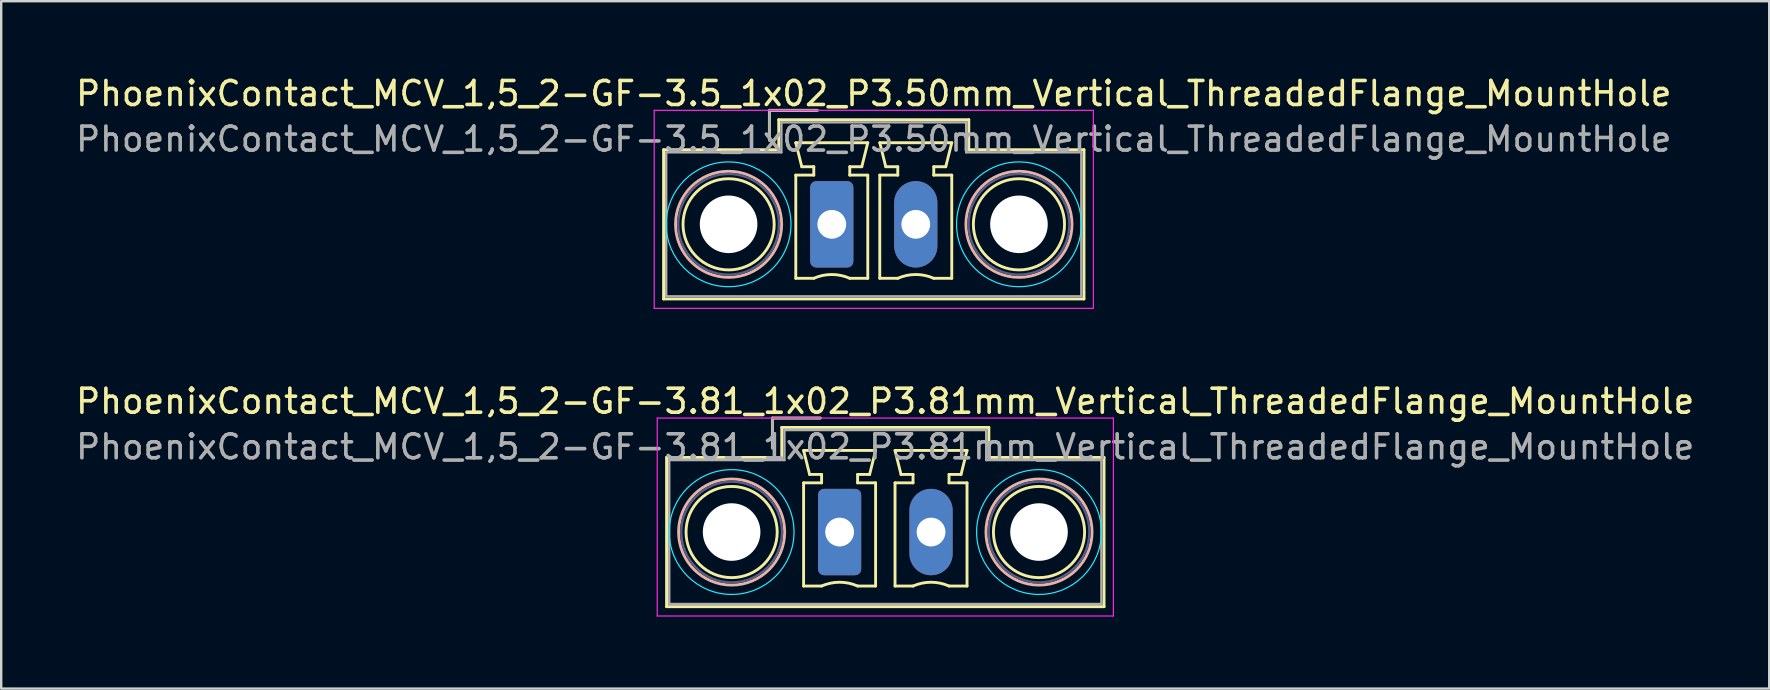
<source format=kicad_pcb>
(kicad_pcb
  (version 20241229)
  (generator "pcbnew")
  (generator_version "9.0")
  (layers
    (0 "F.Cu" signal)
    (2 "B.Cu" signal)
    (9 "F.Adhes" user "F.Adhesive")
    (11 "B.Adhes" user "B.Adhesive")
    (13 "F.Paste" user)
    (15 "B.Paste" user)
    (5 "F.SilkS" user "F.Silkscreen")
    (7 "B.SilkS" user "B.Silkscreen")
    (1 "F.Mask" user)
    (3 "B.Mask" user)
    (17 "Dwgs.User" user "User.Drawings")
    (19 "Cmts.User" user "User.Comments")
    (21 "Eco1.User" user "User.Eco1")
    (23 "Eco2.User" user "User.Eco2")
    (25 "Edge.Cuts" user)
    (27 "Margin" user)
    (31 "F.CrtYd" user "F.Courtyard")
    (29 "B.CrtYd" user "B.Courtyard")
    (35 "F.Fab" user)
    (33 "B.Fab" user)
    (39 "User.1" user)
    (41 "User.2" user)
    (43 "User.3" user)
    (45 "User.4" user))
  (footprint "PhoenixContact_MCV_1,5_2-GF-3.81_1x02_P3.81mm_Vertical_ThreadedFlange_MountHole"
    (layer "F.Cu")
    (at 31.939 19.122)
    (property "Reference" "PhoenixContact_MCV_1,5_2-GF-3.81_1x02_P3.81mm_Vertical_ThreadedFlange_MountHole" (at 1.9 -5.45 0) (layer "F.SilkS") (effects (font (size 1 1) (thickness 0.15))))
    (attr through_hole)
    (fp_line (start -7.21 -3.11) (end -7.21 3.11) (stroke (width 0.12) (type solid)) (layer "F.SilkS"))
    (fp_line (start -7.21 3.11) (end 11.02 3.11) (stroke (width 0.12) (type solid)) (layer "F.SilkS"))
    (fp_line (start -2.8 -4.75) (end -0.8 -4.75) (stroke (width 0.12) (type solid)) (layer "F.SilkS"))
    (fp_line (start -2.8 -3.5) (end -2.8 -4.75) (stroke (width 0.12) (type solid)) (layer "F.SilkS"))
    (fp_line (start -2.41 -4.36) (end -2.41 -3.11) (stroke (width 0.12) (type solid)) (layer "F.SilkS"))
    (fp_line (start -2.41 -3.11) (end -7.21 -3.11) (stroke (width 0.12) (type solid)) (layer "F.SilkS"))
    (fp_line (start -1.5 -3.4) (end 1.5 -3.4) (stroke (width 0.12) (type solid)) (layer "F.SilkS"))
    (fp_line (start -1.5 -2.05) (end -0.75 -2.05) (stroke (width 0.12) (type solid)) (layer "F.SilkS"))
    (fp_line (start -1.5 2.25) (end -1.5 -2.05) (stroke (width 0.12) (type solid)) (layer "F.SilkS"))
    (fp_line (start -1.25 -2.4) (end -1.5 -3.4) (stroke (width 0.12) (type solid)) (layer "F.SilkS"))
    (fp_line (start -0.75 -2.4) (end -1.25 -2.4) (stroke (width 0.12) (type solid)) (layer "F.SilkS"))
    (fp_line (start -0.75 -2.05) (end -0.75 -2.4) (stroke (width 0.12) (type solid)) (layer "F.SilkS"))
    (fp_line (start -0.75 2.25) (end -1.5 2.25) (stroke (width 0.12) (type solid)) (layer "F.SilkS"))
    (fp_line (start 0.75 -2.4) (end 0.75 -2.05) (stroke (width 0.12) (type solid)) (layer "F.SilkS"))
    (fp_line (start 0.75 -2.05) (end 1.5 -2.05) (stroke (width 0.12) (type solid)) (layer "F.SilkS"))
    (fp_line (start 1.25 -2.4) (end 0.75 -2.4) (stroke (width 0.12) (type solid)) (layer "F.SilkS"))
    (fp_line (start 1.5 -3.4) (end 1.25 -2.4) (stroke (width 0.12) (type solid)) (layer "F.SilkS"))
    (fp_line (start 1.5 -2.05) (end 1.5 2.25) (stroke (width 0.12) (type solid)) (layer "F.SilkS"))
    (fp_line (start 1.5 2.25) (end 0.75 2.25) (stroke (width 0.12) (type solid)) (layer "F.SilkS"))
    (fp_line (start 2.31 -3.4) (end 5.31 -3.4) (stroke (width 0.12) (type solid)) (layer "F.SilkS"))
    (fp_line (start 2.31 -2.05) (end 3.06 -2.05) (stroke (width 0.12) (type solid)) (layer "F.SilkS"))
    (fp_line (start 2.31 2.25) (end 2.31 -2.05) (stroke (width 0.12) (type solid)) (layer "F.SilkS"))
    (fp_line (start 2.56 -2.4) (end 2.31 -3.4) (stroke (width 0.12) (type solid)) (layer "F.SilkS"))
    (fp_line (start 3.06 -2.4) (end 2.56 -2.4) (stroke (width 0.12) (type solid)) (layer "F.SilkS"))
    (fp_line (start 3.06 -2.05) (end 3.06 -2.4) (stroke (width 0.12) (type solid)) (layer "F.SilkS"))
    (fp_line (start 3.06 2.25) (end 2.31 2.25) (stroke (width 0.12) (type solid)) (layer "F.SilkS"))
    (fp_line (start 4.56 -2.4) (end 4.56 -2.05) (stroke (width 0.12) (type solid)) (layer "F.SilkS"))
    (fp_line (start 4.56 -2.05) (end 5.31 -2.05) (stroke (width 0.12) (type solid)) (layer "F.SilkS"))
    (fp_line (start 5.06 -2.4) (end 4.56 -2.4) (stroke (width 0.12) (type solid)) (layer "F.SilkS"))
    (fp_line (start 5.31 -3.4) (end 5.06 -2.4) (stroke (width 0.12) (type solid)) (layer "F.SilkS"))
    (fp_line (start 5.31 -2.05) (end 5.31 2.25) (stroke (width 0.12) (type solid)) (layer "F.SilkS"))
    (fp_line (start 5.31 2.25) (end 4.56 2.25) (stroke (width 0.12) (type solid)) (layer "F.SilkS"))
    (fp_line (start 6.22 -4.36) (end -2.41 -4.36) (stroke (width 0.12) (type solid)) (layer "F.SilkS"))
    (fp_line (start 6.22 -3.11) (end 6.22 -4.36) (stroke (width 0.12) (type solid)) (layer "F.SilkS"))
    (fp_line (start 11.02 -3.11) (end 6.22 -3.11) (stroke (width 0.12) (type solid)) (layer "F.SilkS"))
    (fp_line (start 11.02 3.11) (end 11.02 -3.11) (stroke (width 0.12) (type solid)) (layer "F.SilkS"))
    (fp_arc (start -0.75 2.25) (mid -0.000193 2.09191) (end 0.749647 2.249844) (stroke (width 0.12) (type solid)) (layer "F.SilkS"))
    (fp_arc (start 3.06 2.25) (mid 3.809807 2.09191) (end 4.559647 2.249844) (stroke (width 0.12) (type solid)) (layer "F.SilkS"))
    (fp_circle (center -4.5 0) (end -2.6 0) (stroke (width 0.12) (type solid)) (fill no) (layer "F.SilkS"))
    (fp_circle (center 8.31 0) (end 10.21 0) (stroke (width 0.12) (type solid)) (fill no) (layer "F.SilkS"))
    (fp_circle (center -4.5 0) (end -2.29 0) (stroke (width 0.12) (type solid)) (fill no) (layer "B.SilkS"))
    (fp_circle (center 8.31 0) (end 10.52 0) (stroke (width 0.12) (type solid)) (fill no) (layer "B.SilkS"))
    (fp_circle (center -4.5 0) (end -1.9 0) (stroke (width 0.05) (type solid)) (fill no) (layer "B.CrtYd"))
    (fp_circle (center 8.31 0) (end 10.91 0) (stroke (width 0.05) (type solid)) (fill no) (layer "B.CrtYd"))
    (fp_line (start -7.6 -4.75) (end -7.6 3.5) (stroke (width 0.05) (type solid)) (layer "F.CrtYd"))
    (fp_line (start -7.6 3.5) (end 11.41 3.5) (stroke (width 0.05) (type solid)) (layer "F.CrtYd"))
    (fp_line (start 11.41 -4.75) (end -7.6 -4.75) (stroke (width 0.05) (type solid)) (layer "F.CrtYd"))
    (fp_line (start 11.41 3.5) (end 11.41 -4.75) (stroke (width 0.05) (type solid)) (layer "F.CrtYd"))
    (fp_circle (center -4.5 0) (end -2.4 0) (stroke (width 0.1) (type solid)) (fill no) (layer "B.Fab"))
    (fp_circle (center 8.31 0) (end 10.41 0) (stroke (width 0.1) (type solid)) (fill no) (layer "B.Fab"))
    (fp_line (start -7.1 -3) (end -7.1 3) (stroke (width 0.1) (type solid)) (layer "F.Fab"))
    (fp_line (start -7.1 3) (end 10.91 3) (stroke (width 0.1) (type solid)) (layer "F.Fab"))
    (fp_line (start -2.8 -4.75) (end -0.8 -4.75) (stroke (width 0.1) (type solid)) (layer "F.Fab"))
    (fp_line (start -2.8 -3.5) (end -2.8 -4.75) (stroke (width 0.1) (type solid)) (layer "F.Fab"))
    (fp_line (start -2.3 -4.25) (end -2.3 -3) (stroke (width 0.1) (type solid)) (layer "F.Fab"))
    (fp_line (start -2.3 -3) (end -7.1 -3) (stroke (width 0.1) (type solid)) (layer "F.Fab"))
    (fp_line (start 6.11 -4.25) (end -2.3 -4.25) (stroke (width 0.1) (type solid)) (layer "F.Fab"))
    (fp_line (start 6.11 -3) (end 6.11 -4.25) (stroke (width 0.1) (type solid)) (layer "F.Fab"))
    (fp_line (start 10.91 -3) (end 6.11 -3) (stroke (width 0.1) (type solid)) (layer "F.Fab"))
    (fp_line (start 10.91 3) (end 10.91 -3) (stroke (width 0.1) (type solid)) (layer "F.Fab"))
    (fp_text user "${REFERENCE}" (at 1.9 -3.55 0) (layer "F.Fab") (effects (font (size 1 1) (thickness 0.15))))
    (pad "" np_thru_hole circle (at -4.5 0) (size 2.4 2.4) (drill 2.4) (layers "*.Cu" "*.Mask"))
    (pad "" np_thru_hole circle (at 8.31 0) (size 2.4 2.4) (drill 2.4) (layers "*.Cu" "*.Mask"))
    (pad "1" thru_hole roundrect (at 0 0) (size 1.8 3.6) (drill 1.2) (layers "*.Cu" "*.Mask") (roundrect_rratio 0.139))
    (pad "2" thru_hole oval (at 3.81 0) (size 1.8 3.6) (drill 1.2) (layers "*.Cu" "*.Mask")))
  (footprint "PhoenixContact_MCV_1,5_2-GF-3.5_1x02_P3.50mm_Vertical_ThreadedFlange_MountHole"
    (layer "F.Cu")
    (at 31.613 6.298)
    (property "Reference" "PhoenixContact_MCV_1,5_2-GF-3.5_1x02_P3.50mm_Vertical_ThreadedFlange_MountHole" (at 1.75 -5.45 0) (layer "F.SilkS") (effects (font (size 1 1) (thickness 0.15))))
    (attr through_hole)
    (fp_line (start -7.01 -3.11) (end -7.01 3.11) (stroke (width 0.12) (type solid)) (layer "F.SilkS"))
    (fp_line (start -7.01 3.11) (end 10.51 3.11) (stroke (width 0.12) (type solid)) (layer "F.SilkS"))
    (fp_line (start -2.6 -4.75) (end -0.6 -4.75) (stroke (width 0.12) (type solid)) (layer "F.SilkS"))
    (fp_line (start -2.6 -3.5) (end -2.6 -4.75) (stroke (width 0.12) (type solid)) (layer "F.SilkS"))
    (fp_line (start -2.21 -4.36) (end -2.21 -3.11) (stroke (width 0.12) (type solid)) (layer "F.SilkS"))
    (fp_line (start -2.21 -3.11) (end -7.01 -3.11) (stroke (width 0.12) (type solid)) (layer "F.SilkS"))
    (fp_line (start -1.5 -3.4) (end 1.5 -3.4) (stroke (width 0.12) (type solid)) (layer "F.SilkS"))
    (fp_line (start -1.5 -2.05) (end -0.75 -2.05) (stroke (width 0.12) (type solid)) (layer "F.SilkS"))
    (fp_line (start -1.5 2.25) (end -1.5 -2.05) (stroke (width 0.12) (type solid)) (layer "F.SilkS"))
    (fp_line (start -1.25 -2.4) (end -1.5 -3.4) (stroke (width 0.12) (type solid)) (layer "F.SilkS"))
    (fp_line (start -0.75 -2.4) (end -1.25 -2.4) (stroke (width 0.12) (type solid)) (layer "F.SilkS"))
    (fp_line (start -0.75 -2.05) (end -0.75 -2.4) (stroke (width 0.12) (type solid)) (layer "F.SilkS"))
    (fp_line (start -0.75 2.25) (end -1.5 2.25) (stroke (width 0.12) (type solid)) (layer "F.SilkS"))
    (fp_line (start 0.75 -2.4) (end 0.75 -2.05) (stroke (width 0.12) (type solid)) (layer "F.SilkS"))
    (fp_line (start 0.75 -2.05) (end 1.5 -2.05) (stroke (width 0.12) (type solid)) (layer "F.SilkS"))
    (fp_line (start 1.25 -2.4) (end 0.75 -2.4) (stroke (width 0.12) (type solid)) (layer "F.SilkS"))
    (fp_line (start 1.5 -3.4) (end 1.25 -2.4) (stroke (width 0.12) (type solid)) (layer "F.SilkS"))
    (fp_line (start 1.5 -2.05) (end 1.5 2.25) (stroke (width 0.12) (type solid)) (layer "F.SilkS"))
    (fp_line (start 1.5 2.25) (end 0.75 2.25) (stroke (width 0.12) (type solid)) (layer "F.SilkS"))
    (fp_line (start 2 -3.4) (end 5 -3.4) (stroke (width 0.12) (type solid)) (layer "F.SilkS"))
    (fp_line (start 2 -2.05) (end 2.75 -2.05) (stroke (width 0.12) (type solid)) (layer "F.SilkS"))
    (fp_line (start 2 2.25) (end 2 -2.05) (stroke (width 0.12) (type solid)) (layer "F.SilkS"))
    (fp_line (start 2.25 -2.4) (end 2 -3.4) (stroke (width 0.12) (type solid)) (layer "F.SilkS"))
    (fp_line (start 2.75 -2.4) (end 2.25 -2.4) (stroke (width 0.12) (type solid)) (layer "F.SilkS"))
    (fp_line (start 2.75 -2.05) (end 2.75 -2.4) (stroke (width 0.12) (type solid)) (layer "F.SilkS"))
    (fp_line (start 2.75 2.25) (end 2 2.25) (stroke (width 0.12) (type solid)) (layer "F.SilkS"))
    (fp_line (start 4.25 -2.4) (end 4.25 -2.05) (stroke (width 0.12) (type solid)) (layer "F.SilkS"))
    (fp_line (start 4.25 -2.05) (end 5 -2.05) (stroke (width 0.12) (type solid)) (layer "F.SilkS"))
    (fp_line (start 4.75 -2.4) (end 4.25 -2.4) (stroke (width 0.12) (type solid)) (layer "F.SilkS"))
    (fp_line (start 5 -3.4) (end 4.75 -2.4) (stroke (width 0.12) (type solid)) (layer "F.SilkS"))
    (fp_line (start 5 -2.05) (end 5 2.25) (stroke (width 0.12) (type solid)) (layer "F.SilkS"))
    (fp_line (start 5 2.25) (end 4.25 2.25) (stroke (width 0.12) (type solid)) (layer "F.SilkS"))
    (fp_line (start 5.71 -4.36) (end -2.21 -4.36) (stroke (width 0.12) (type solid)) (layer "F.SilkS"))
    (fp_line (start 5.71 -3.11) (end 5.71 -4.36) (stroke (width 0.12) (type solid)) (layer "F.SilkS"))
    (fp_line (start 10.51 -3.11) (end 5.71 -3.11) (stroke (width 0.12) (type solid)) (layer "F.SilkS"))
    (fp_line (start 10.51 3.11) (end 10.51 -3.11) (stroke (width 0.12) (type solid)) (layer "F.SilkS"))
    (fp_arc (start -0.75 2.25) (mid -0.000193 2.09191) (end 0.749647 2.249844) (stroke (width 0.12) (type solid)) (layer "F.SilkS"))
    (fp_arc (start 2.75 2.25) (mid 3.499807 2.09191) (end 4.249647 2.249844) (stroke (width 0.12) (type solid)) (layer "F.SilkS"))
    (fp_circle (center -4.3 0) (end -2.4 0) (stroke (width 0.12) (type solid)) (fill no) (layer "F.SilkS"))
    (fp_circle (center 7.8 0) (end 9.7 0) (stroke (width 0.12) (type solid)) (fill no) (layer "F.SilkS"))
    (fp_circle (center -4.3 0) (end -2.09 0) (stroke (width 0.12) (type solid)) (fill no) (layer "B.SilkS"))
    (fp_circle (center 7.8 0) (end 10.01 0) (stroke (width 0.12) (type solid)) (fill no) (layer "B.SilkS"))
    (fp_circle (center -4.3 0) (end -1.7 0) (stroke (width 0.05) (type solid)) (fill no) (layer "B.CrtYd"))
    (fp_circle (center 7.8 0) (end 10.4 0) (stroke (width 0.05) (type solid)) (fill no) (layer "B.CrtYd"))
    (fp_line (start -7.4 -4.75) (end -7.4 3.5) (stroke (width 0.05) (type solid)) (layer "F.CrtYd"))
    (fp_line (start -7.4 3.5) (end 10.9 3.5) (stroke (width 0.05) (type solid)) (layer "F.CrtYd"))
    (fp_line (start 10.9 -4.75) (end -7.4 -4.75) (stroke (width 0.05) (type solid)) (layer "F.CrtYd"))
    (fp_line (start 10.9 3.5) (end 10.9 -4.75) (stroke (width 0.05) (type solid)) (layer "F.CrtYd"))
    (fp_circle (center -4.3 0) (end -2.2 0) (stroke (width 0.1) (type solid)) (fill no) (layer "B.Fab"))
    (fp_circle (center 7.8 0) (end 9.9 0) (stroke (width 0.1) (type solid)) (fill no) (layer "B.Fab"))
    (fp_line (start -6.9 -3) (end -6.9 3) (stroke (width 0.1) (type solid)) (layer "F.Fab"))
    (fp_line (start -6.9 3) (end 10.4 3) (stroke (width 0.1) (type solid)) (layer "F.Fab"))
    (fp_line (start -2.6 -4.75) (end -0.6 -4.75) (stroke (width 0.1) (type solid)) (layer "F.Fab"))
    (fp_line (start -2.6 -3.5) (end -2.6 -4.75) (stroke (width 0.1) (type solid)) (layer "F.Fab"))
    (fp_line (start -2.1 -4.25) (end -2.1 -3) (stroke (width 0.1) (type solid)) (layer "F.Fab"))
    (fp_line (start -2.1 -3) (end -6.9 -3) (stroke (width 0.1) (type solid)) (layer "F.Fab"))
    (fp_line (start 5.6 -4.25) (end -2.1 -4.25) (stroke (width 0.1) (type solid)) (layer "F.Fab"))
    (fp_line (start 5.6 -3) (end 5.6 -4.25) (stroke (width 0.1) (type solid)) (layer "F.Fab"))
    (fp_line (start 10.4 -3) (end 5.6 -3) (stroke (width 0.1) (type solid)) (layer "F.Fab"))
    (fp_line (start 10.4 3) (end 10.4 -3) (stroke (width 0.1) (type solid)) (layer "F.Fab"))
    (fp_text user "${REFERENCE}" (at 1.75 -3.55 0) (layer "F.Fab") (effects (font (size 1 1) (thickness 0.15))))
    (pad "" np_thru_hole circle (at -4.3 0) (size 2.4 2.4) (drill 2.4) (layers "*.Cu" "*.Mask"))
    (pad "" np_thru_hole circle (at 7.8 0) (size 2.4 2.4) (drill 2.4) (layers "*.Cu" "*.Mask"))
    (pad "1" thru_hole roundrect (at 0 0) (size 1.8 3.6) (drill 1.2) (layers "*.Cu" "*.Mask") (roundrect_rratio 0.139))
    (pad "2" thru_hole oval (at 3.5 0) (size 1.8 3.6) (drill 1.2) (layers "*.Cu" "*.Mask")))
  (gr_rect
    (start -3 -3)
    (end 70.679 25.646)
    (stroke (width 0.1) (type default))
    (fill no)
    (layer "Edge.Cuts")))
</source>
